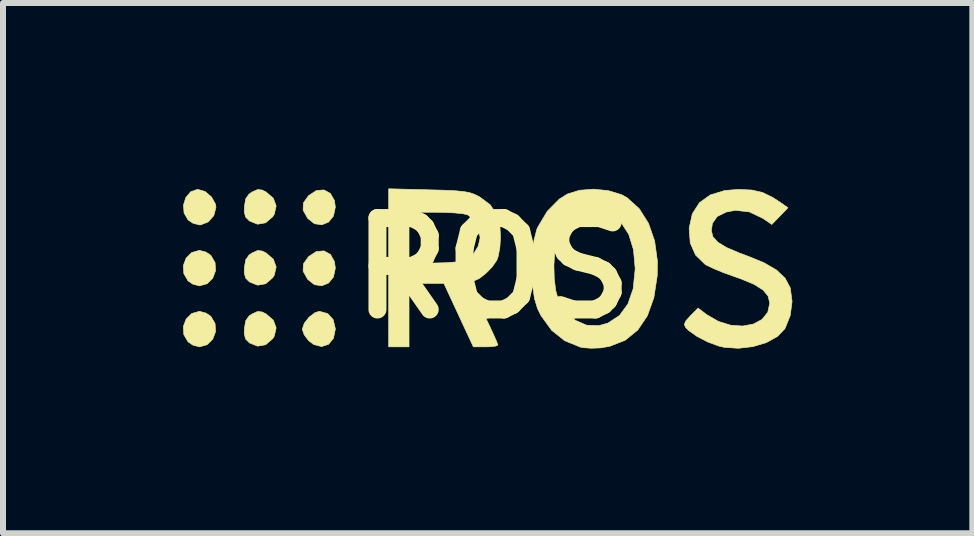
<source format=kicad_pcb>
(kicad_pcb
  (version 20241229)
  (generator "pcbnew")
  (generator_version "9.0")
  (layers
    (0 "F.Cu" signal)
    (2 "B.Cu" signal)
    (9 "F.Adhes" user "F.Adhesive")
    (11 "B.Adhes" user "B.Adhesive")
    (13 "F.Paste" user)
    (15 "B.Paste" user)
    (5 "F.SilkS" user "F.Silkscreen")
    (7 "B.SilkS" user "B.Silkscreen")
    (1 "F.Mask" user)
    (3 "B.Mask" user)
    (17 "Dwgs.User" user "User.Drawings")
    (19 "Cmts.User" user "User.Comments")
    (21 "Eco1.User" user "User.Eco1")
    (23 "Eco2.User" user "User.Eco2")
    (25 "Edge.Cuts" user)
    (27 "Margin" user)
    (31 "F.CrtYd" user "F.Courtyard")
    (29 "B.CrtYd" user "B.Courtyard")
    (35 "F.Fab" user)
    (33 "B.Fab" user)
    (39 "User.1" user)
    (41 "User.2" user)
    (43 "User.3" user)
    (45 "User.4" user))
  (footprint "ROS"
    (layer "F.Cu")
    (at 5.163 1.418)
    (property "Reference" "ROS" (at 0 0 0) (layer "F.SilkS") (effects (font (size 1.524 1.524) (thickness 0.3))))
    (attr through_hole)
    (fp_poly (pts (xy -4.78 -0.267) (xy -4.699 -0.212) (xy -4.629 -0.092) (xy -4.621 0.043) (xy -4.668 0.168) (xy -4.761 0.26) (xy -4.889 0.296) (xy -4.999 0.267) (xy -5.08 0.212) (xy -5.15 0.092) (xy -5.158 -0.043) (xy -5.111 -0.168) (xy -5.018 -0.26) (xy -4.889 -0.296) (xy -4.78 -0.267)) (stroke (width 0.01) (type solid)) (fill yes) (layer "F.SilkS"))
    (fp_poly (pts (xy -4.78 0.749) (xy -4.699 0.804) (xy -4.629 0.924) (xy -4.621 1.059) (xy -4.668 1.184) (xy -4.761 1.276) (xy -4.889 1.312) (xy -4.999 1.283) (xy -5.08 1.228) (xy -5.15 1.108) (xy -5.158 0.973) (xy -5.111 0.848) (xy -5.018 0.756) (xy -4.889 0.72) (xy -4.78 0.749)) (stroke (width 0.01) (type solid)) (fill yes) (layer "F.SilkS"))
    (fp_poly (pts (xy -2.707 -1.244) (xy -2.64 -1.126) (xy -2.625 -1.016) (xy -2.656 -0.868) (xy -2.738 -0.767) (xy -2.85 -0.722) (xy -2.973 -0.74) (xy -3.086 -0.829) (xy -3.087 -0.831) (xy -3.162 -0.966) (xy -3.157 -1.087) (xy -3.071 -1.208) (xy -3.071 -1.208) (xy -2.941 -1.293) (xy -2.814 -1.303) (xy -2.707 -1.244)) (stroke (width 0.01) (type solid)) (fill yes) (layer "F.SilkS"))
    (fp_poly (pts (xy -2.707 -0.228) (xy -2.64 -0.11) (xy -2.625 0) (xy -2.656 0.148) (xy -2.738 0.249) (xy -2.85 0.294) (xy -2.973 0.276) (xy -3.086 0.187) (xy -3.087 0.185) (xy -3.162 0.05) (xy -3.157 -0.071) (xy -3.071 -0.192) (xy -3.071 -0.192) (xy -2.941 -0.277) (xy -2.814 -0.287) (xy -2.707 -0.228)) (stroke (width 0.01) (type solid)) (fill yes) (layer "F.SilkS"))
    (fp_poly (pts (xy -4.794 -1.276) (xy -4.687 -1.184) (xy -4.622 -1.066) (xy -4.614 -1.013) (xy -4.65 -0.876) (xy -4.742 -0.771) (xy -4.867 -0.721) (xy -4.889 -0.72) (xy -4.999 -0.749) (xy -5.08 -0.804) (xy -5.146 -0.919) (xy -5.156 -1.051) (xy -5.116 -1.177) (xy -5.036 -1.272) (xy -4.923 -1.312) (xy -4.916 -1.312) (xy -4.794 -1.276)) (stroke (width 0.01) (type solid)) (fill yes) (layer "F.SilkS"))
    (fp_poly (pts (xy -3.844 -1.301) (xy -3.779 -1.269) (xy -3.658 -1.164) (xy -3.611 -1.036) (xy -3.642 -0.9) (xy -3.668 -0.857) (xy -3.787 -0.755) (xy -3.922 -0.732) (xy -4.056 -0.786) (xy -4.12 -0.85) (xy -4.143 -0.938) (xy -4.14 -1.029) (xy -4.118 -1.156) (xy -4.063 -1.234) (xy -4.011 -1.269) (xy -3.919 -1.31) (xy -3.844 -1.301)) (stroke (width 0.01) (type solid)) (fill yes) (layer "F.SilkS"))
    (fp_poly (pts (xy -3.844 -0.285) (xy -3.779 -0.253) (xy -3.658 -0.148) (xy -3.611 -0.02) (xy -3.642 0.116) (xy -3.668 0.159) (xy -3.787 0.261) (xy -3.922 0.284) (xy -4.056 0.23) (xy -4.12 0.166) (xy -4.143 0.078) (xy -4.14 -0.013) (xy -4.118 -0.14) (xy -4.063 -0.218) (xy -4.011 -0.253) (xy -3.919 -0.294) (xy -3.844 -0.285)) (stroke (width 0.01) (type solid)) (fill yes) (layer "F.SilkS"))
    (fp_poly (pts (xy -3.844 0.731) (xy -3.779 0.763) (xy -3.658 0.868) (xy -3.611 0.996) (xy -3.642 1.132) (xy -3.668 1.175) (xy -3.787 1.277) (xy -3.922 1.3) (xy -4.056 1.246) (xy -4.12 1.182) (xy -4.143 1.094) (xy -4.14 1.003) (xy -4.118 0.876) (xy -4.063 0.798) (xy -4.011 0.763) (xy -3.919 0.722) (xy -3.844 0.731)) (stroke (width 0.01) (type solid)) (fill yes) (layer "F.SilkS"))
    (fp_poly (pts (xy -2.753 0.757) (xy -2.661 0.858) (xy -2.625 1.009) (xy -2.625 1.016) (xy -2.656 1.17) (xy -2.739 1.27) (xy -2.854 1.307) (xy -2.984 1.274) (xy -3.071 1.208) (xy -3.143 1.112) (xy -3.175 1.021) (xy -3.175 1.016) (xy -3.142 0.918) (xy -3.062 0.817) (xy -2.962 0.741) (xy -2.89 0.72) (xy -2.753 0.757)) (stroke (width 0.01) (type solid)) (fill yes) (layer "F.SilkS"))
    (fp_poly (pts (xy 1.924 -1.291) (xy 2.143 -1.225) (xy 2.236 -1.174) (xy 2.439 -0.991) (xy 2.594 -0.746) (xy 2.696 -0.451) (xy 2.742 -0.118) (xy 2.739 0.127) (xy 2.683 0.492) (xy 2.575 0.794) (xy 2.415 1.031) (xy 2.206 1.201) (xy 1.947 1.303) (xy 1.795 1.329) (xy 1.642 1.335) (xy 1.502 1.325) (xy 1.46 1.317) (xy 1.197 1.21) (xy 0.98 1.037) (xy 0.803 0.792) (xy 0.745 0.677) (xy 0.693 0.506) (xy 0.661 0.279) (xy 0.649 0.023) (xy 0.651 -0.045) (xy 1.017 -0.045) (xy 1.023 0.175) (xy 1.047 0.37) (xy 1.082 0.498) (xy 1.207 0.715) (xy 1.371 0.868) (xy 1.562 0.951) (xy 1.768 0.958) (xy 1.917 0.916) (xy 2.11 0.789) (xy 2.25 0.598) (xy 2.338 0.344) (xy 2.37 0.03) (xy 2.371 0) (xy 2.343 -0.308) (xy 2.264 -0.564) (xy 2.136 -0.761) (xy 1.963 -0.892) (xy 1.854 -0.934) (xy 1.64 -0.951) (xy 1.437 -0.893) (xy 1.26 -0.77) (xy 1.124 -0.592) (xy 1.061 -0.435) (xy 1.03 -0.259) (xy 1.017 -0.045) (xy 0.651 -0.045) (xy 0.657 -0.235) (xy 0.686 -0.469) (xy 0.734 -0.652) (xy 0.745 -0.677) (xy 0.907 -0.948) (xy 1.107 -1.15) (xy 1.24 -1.234) (xy 1.44 -1.297) (xy 1.679 -1.316) (xy 1.924 -1.291)) (stroke (width 0.01) (type solid)) (fill yes) (layer "F.SilkS"))
    (fp_poly (pts (xy -1.069 -1.305) (xy -0.812 -1.298) (xy -0.624 -1.289) (xy -0.489 -1.276) (xy -0.389 -1.258) (xy -0.309 -1.231) (xy -0.233 -1.193) (xy -0.216 -1.184) (xy -0.044 -1.055) (xy 0.065 -0.891) (xy 0.119 -0.677) (xy 0.127 -0.517) (xy 0.117 -0.345) (xy 0.089 -0.197) (xy 0.065 -0.13) (xy -0.01 -0.022) (xy -0.114 0.085) (xy -0.222 0.17) (xy -0.31 0.211) (xy -0.321 0.212) (xy -0.356 0.216) (xy -0.372 0.238) (xy -0.365 0.287) (xy -0.332 0.377) (xy -0.269 0.517) (xy -0.172 0.719) (xy -0.149 0.768) (xy -0.06 0.953) (xy 0.013 1.11) (xy 0.063 1.224) (xy 0.084 1.279) (xy 0.084 1.281) (xy 0.047 1.299) (xy -0.05 1.31) (xy -0.12 1.312) (xy -0.325 1.312) (xy -0.571 0.783) (xy -0.817 0.254) (xy -1.397 0.254) (xy -1.397 1.312) (xy -1.736 1.312) (xy -1.736 -0.931) (xy -1.397 -0.931) (xy -1.397 -0.085) (xy -0.976 -0.085) (xy -0.777 -0.09) (xy -0.603 -0.104) (xy -0.479 -0.124) (xy -0.443 -0.135) (xy -0.328 -0.227) (xy -0.243 -0.367) (xy -0.212 -0.508) (xy -0.239 -0.637) (xy -0.308 -0.771) (xy -0.395 -0.871) (xy -0.421 -0.888) (xy -0.496 -0.906) (xy -0.634 -0.92) (xy -0.812 -0.929) (xy -0.95 -0.931) (xy -1.397 -0.931) (xy -1.736 -0.931) (xy -1.736 -1.322) (xy -1.069 -1.305)) (stroke (width 0.01) (type solid)) (fill yes) (layer "F.SilkS"))
    (fp_poly (pts (xy 4.318 -1.301) (xy 4.495 -1.26) (xy 4.666 -1.176) (xy 4.798 -1.09) (xy 4.917 -1.006) (xy 4.783 -0.867) (xy 4.648 -0.728) (xy 4.5 -0.829) (xy 4.274 -0.937) (xy 4.041 -0.963) (xy 3.891 -0.935) (xy 3.739 -0.861) (xy 3.658 -0.745) (xy 3.641 -0.624) (xy 3.666 -0.524) (xy 3.748 -0.432) (xy 3.894 -0.343) (xy 4.113 -0.25) (xy 4.217 -0.212) (xy 4.51 -0.094) (xy 4.725 0.03) (xy 4.87 0.168) (xy 4.953 0.324) (xy 4.957 0.337) (xy 4.986 0.556) (xy 4.955 0.791) (xy 4.87 1.002) (xy 4.866 1.01) (xy 4.742 1.139) (xy 4.558 1.241) (xy 4.334 1.308) (xy 4.092 1.336) (xy 3.853 1.319) (xy 3.766 1.299) (xy 3.581 1.231) (xy 3.402 1.138) (xy 3.261 1.038) (xy 3.215 0.992) (xy 3.19 0.941) (xy 3.213 0.882) (xy 3.29 0.796) (xy 3.42 0.666) (xy 3.562 0.774) (xy 3.759 0.888) (xy 3.963 0.951) (xy 4.162 0.965) (xy 4.341 0.932) (xy 4.485 0.855) (xy 4.581 0.736) (xy 4.614 0.585) (xy 4.588 0.469) (xy 4.504 0.366) (xy 4.355 0.271) (xy 4.131 0.178) (xy 4.034 0.144) (xy 3.852 0.079) (xy 3.687 0.011) (xy 3.565 -0.047) (xy 3.536 -0.064) (xy 3.378 -0.217) (xy 3.289 -0.418) (xy 3.271 -0.662) (xy 3.272 -0.669) (xy 3.324 -0.906) (xy 3.442 -1.09) (xy 3.623 -1.22) (xy 3.866 -1.294) (xy 4.098 -1.312) (xy 4.318 -1.301)) (stroke (width 0.01) (type solid)) (fill yes) (layer "F.SilkS")))
  (gr_rect
    (start -3 -3)
    (end 13.153 5.836)
    (stroke (width 0.1) (type default))
    (fill no)
    (layer "Edge.Cuts")))
</source>
